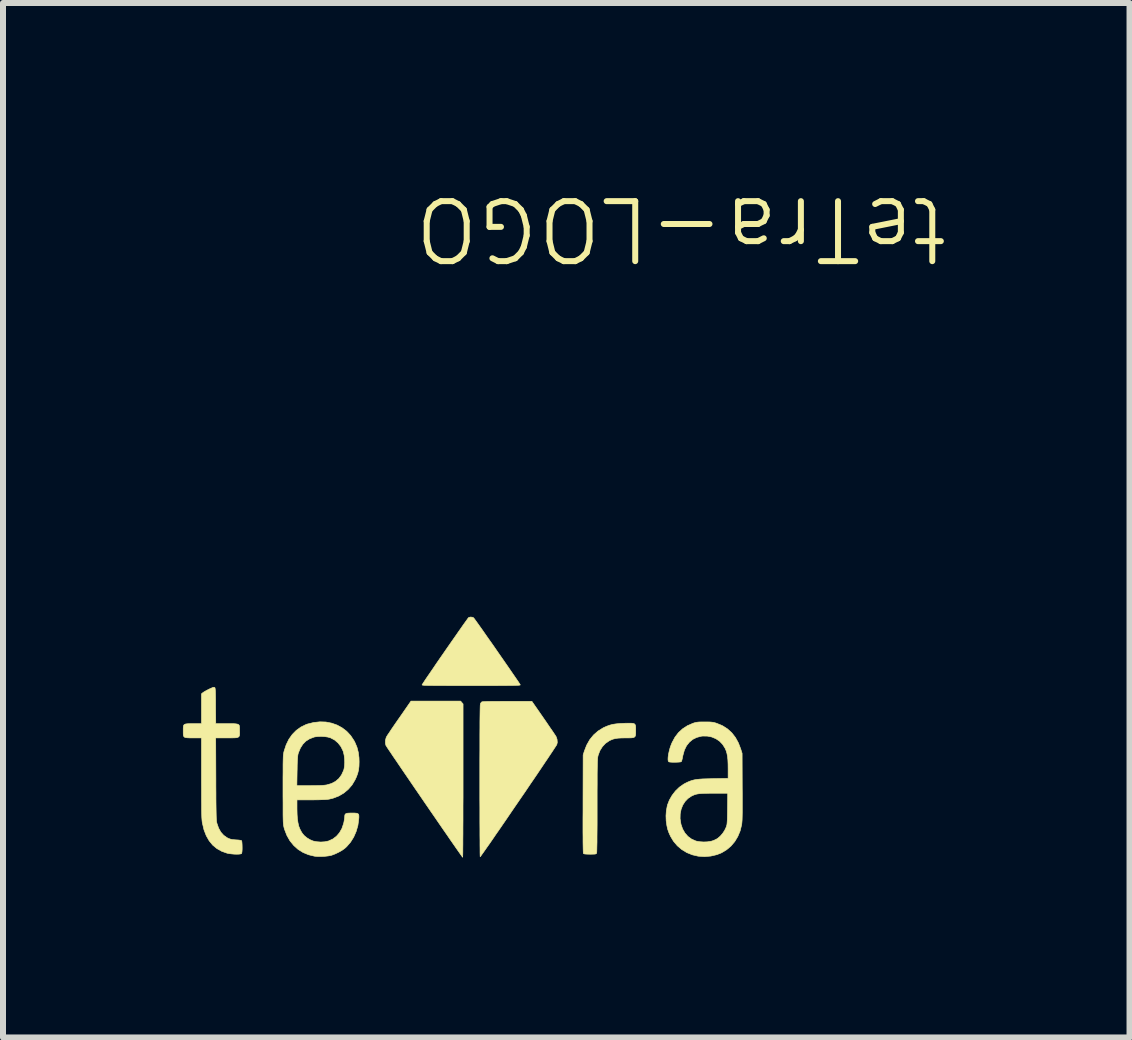
<source format=kicad_pcb>
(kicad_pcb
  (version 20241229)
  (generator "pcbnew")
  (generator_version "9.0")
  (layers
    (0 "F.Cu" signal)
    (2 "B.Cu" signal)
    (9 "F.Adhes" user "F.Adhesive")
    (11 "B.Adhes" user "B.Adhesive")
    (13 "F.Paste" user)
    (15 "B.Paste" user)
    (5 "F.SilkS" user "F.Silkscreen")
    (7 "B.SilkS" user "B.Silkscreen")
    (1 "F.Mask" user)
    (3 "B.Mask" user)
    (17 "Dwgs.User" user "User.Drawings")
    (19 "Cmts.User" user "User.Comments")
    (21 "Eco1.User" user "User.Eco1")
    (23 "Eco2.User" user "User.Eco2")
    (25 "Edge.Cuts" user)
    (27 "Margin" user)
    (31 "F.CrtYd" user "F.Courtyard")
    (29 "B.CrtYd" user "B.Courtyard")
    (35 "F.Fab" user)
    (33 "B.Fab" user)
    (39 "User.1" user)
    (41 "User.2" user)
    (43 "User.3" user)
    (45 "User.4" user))
  (footprint "teTra-LOGO"
    (layer "F.Cu")
    (at 4.802 9.261)
    (property "Reference" "teTra-LOGO" (at 3.5 -8.5 180) (unlocked yes) (layer "F.SilkS") (effects (font (size 1 1) (thickness 0.1))))
    (attr smd exclude_from_bom)
    (fp_poly (pts (xy -0.153 -0.599) (xy -0.132 -0.575) (xy -0.132 0.703) (xy -0.132 0.848) (xy -0.132 0.989) (xy -0.133 1.125) (xy -0.133 1.253) (xy -0.133 1.375) (xy -0.134 1.488) (xy -0.134 1.592) (xy -0.135 1.685) (xy -0.135 1.768) (xy -0.136 1.838) (xy -0.136 1.895) (xy -0.137 1.939) (xy -0.138 1.967) (xy -0.139 1.98) (xy -0.139 1.981) (xy -0.144 1.974) (xy -0.159 1.954) (xy -0.182 1.921) (xy -0.213 1.877) (xy -0.251 1.823) (xy -0.296 1.758) (xy -0.347 1.685) (xy -0.403 1.603) (xy -0.465 1.514) (xy -0.531 1.418) (xy -0.601 1.316) (xy -0.675 1.209) (xy -0.751 1.098) (xy -0.778 1.059) (xy -0.855 0.946) (xy -0.93 0.837) (xy -1.001 0.733) (xy -1.069 0.633) (xy -1.133 0.54) (xy -1.191 0.454) (xy -1.244 0.376) (xy -1.292 0.306) (xy -1.332 0.246) (xy -1.366 0.196) (xy -1.392 0.157) (xy -1.409 0.13) (xy -1.418 0.116) (xy -1.419 0.114) (xy -1.427 0.077) (xy -1.426 0.033) (xy -1.416 -0.008) (xy -1.411 -0.022) (xy -1.403 -0.036) (xy -1.386 -0.063) (xy -1.361 -0.099) (xy -1.331 -0.145) (xy -1.295 -0.198) (xy -1.255 -0.256) (xy -1.212 -0.318) (xy -1.197 -0.339) (xy -1 -0.623) (xy -0.173 -0.623) (xy -0.153 -0.599)) (stroke (width 0.01) (type solid)) (fill yes) (layer "F.SilkS"))
    (fp_poly (pts (xy 0.022 -2.021) (xy 0.043 -2.012) (xy 0.05 -2.003) (xy 0.066 -1.982) (xy 0.089 -1.95) (xy 0.12 -1.907) (xy 0.156 -1.856) (xy 0.198 -1.797) (xy 0.243 -1.732) (xy 0.292 -1.662) (xy 0.344 -1.589) (xy 0.397 -1.513) (xy 0.45 -1.436) (xy 0.503 -1.36) (xy 0.555 -1.285) (xy 0.605 -1.213) (xy 0.652 -1.145) (xy 0.695 -1.082) (xy 0.733 -1.027) (xy 0.766 -0.979) (xy 0.792 -0.941) (xy 0.81 -0.913) (xy 0.82 -0.897) (xy 0.821 -0.895) (xy 0.821 -0.892) (xy 0.818 -0.89) (xy 0.81 -0.889) (xy 0.798 -0.887) (xy 0.78 -0.886) (xy 0.755 -0.885) (xy 0.722 -0.884) (xy 0.681 -0.883) (xy 0.629 -0.883) (xy 0.567 -0.882) (xy 0.493 -0.882) (xy 0.407 -0.881) (xy 0.307 -0.881) (xy 0.192 -0.881) (xy 0.061 -0.881) (xy 0.003 -0.881) (xy -0.134 -0.881) (xy -0.254 -0.881) (xy -0.36 -0.881) (xy -0.452 -0.882) (xy -0.531 -0.882) (xy -0.598 -0.882) (xy -0.653 -0.883) (xy -0.699 -0.883) (xy -0.735 -0.884) (xy -0.763 -0.885) (xy -0.784 -0.886) (xy -0.799 -0.888) (xy -0.808 -0.889) (xy -0.813 -0.891) (xy -0.815 -0.893) (xy -0.815 -0.895) (xy -0.808 -0.906) (xy -0.793 -0.929) (xy -0.771 -0.963) (xy -0.741 -1.008) (xy -0.705 -1.06) (xy -0.664 -1.12) (xy -0.619 -1.186) (xy -0.571 -1.257) (xy -0.52 -1.331) (xy -0.467 -1.407) (xy -0.414 -1.484) (xy -0.361 -1.56) (xy -0.309 -1.635) (xy -0.259 -1.706) (xy -0.212 -1.774) (xy -0.169 -1.835) (xy -0.131 -1.89) (xy -0.098 -1.936) (xy -0.071 -1.973) (xy -0.052 -2) (xy -0.041 -2.014) (xy -0.039 -2.016) (xy -0.01 -2.024) (xy 0.022 -2.021)) (stroke (width 0.01) (type solid)) (fill yes) (layer "F.SilkS"))
    (fp_poly (pts (xy 1.21 -0.338) (xy 1.253 -0.276) (xy 1.293 -0.217) (xy 1.33 -0.163) (xy 1.362 -0.117) (xy 1.388 -0.078) (xy 1.407 -0.05) (xy 1.417 -0.033) (xy 1.419 -0.031) (xy 1.435 0.015) (xy 1.439 0.066) (xy 1.432 0.098) (xy 1.427 0.109) (xy 1.412 0.132) (xy 1.389 0.167) (xy 1.359 0.213) (xy 1.322 0.268) (xy 1.279 0.333) (xy 1.23 0.405) (xy 1.177 0.484) (xy 1.12 0.569) (xy 1.059 0.659) (xy 0.995 0.752) (xy 0.93 0.849) (xy 0.863 0.947) (xy 0.795 1.046) (xy 0.727 1.145) (xy 0.66 1.243) (xy 0.595 1.339) (xy 0.531 1.432) (xy 0.47 1.521) (xy 0.412 1.604) (xy 0.359 1.682) (xy 0.31 1.753) (xy 0.266 1.815) (xy 0.229 1.868) (xy 0.198 1.912) (xy 0.175 1.944) (xy 0.16 1.965) (xy 0.154 1.972) (xy 0.153 1.972) (xy 0.153 1.964) (xy 0.152 1.939) (xy 0.151 1.9) (xy 0.151 1.846) (xy 0.15 1.78) (xy 0.15 1.701) (xy 0.149 1.61) (xy 0.149 1.509) (xy 0.148 1.399) (xy 0.148 1.28) (xy 0.148 1.154) (xy 0.147 1.02) (xy 0.147 0.881) (xy 0.147 0.738) (xy 0.147 0.712) (xy 0.147 0.523) (xy 0.147 0.351) (xy 0.148 0.195) (xy 0.148 0.055) (xy 0.148 -0.07) (xy 0.149 -0.18) (xy 0.149 -0.276) (xy 0.15 -0.357) (xy 0.151 -0.425) (xy 0.152 -0.48) (xy 0.153 -0.522) (xy 0.154 -0.552) (xy 0.156 -0.57) (xy 0.156 -0.575) (xy 0.167 -0.596) (xy 0.181 -0.61) (xy 0.181 -0.61) (xy 0.193 -0.612) (xy 0.222 -0.614) (xy 0.264 -0.616) (xy 0.321 -0.617) (xy 0.391 -0.618) (xy 0.473 -0.618) (xy 0.565 -0.619) (xy 0.606 -0.619) (xy 1.015 -0.619) (xy 1.21 -0.338)) (stroke (width 0.01) (type solid)) (fill yes) (layer "F.SilkS"))
    (fp_poly (pts (xy 2.67 -0.254) (xy 2.702 -0.251) (xy 2.724 -0.244) (xy 2.737 -0.23) (xy 2.744 -0.21) (xy 2.746 -0.181) (xy 2.746 -0.142) (xy 2.746 -0.132) (xy 2.746 -0.09) (xy 2.744 -0.059) (xy 2.738 -0.037) (xy 2.726 -0.023) (xy 2.705 -0.014) (xy 2.674 -0.01) (xy 2.63 -0.009) (xy 2.579 -0.009) (xy 2.509 -0.008) (xy 2.452 -0.005) (xy 2.406 0.002) (xy 2.366 0.012) (xy 2.329 0.027) (xy 2.303 0.04) (xy 2.242 0.082) (xy 2.19 0.138) (xy 2.149 0.204) (xy 2.121 0.278) (xy 2.115 0.303) (xy 2.113 0.316) (xy 2.111 0.333) (xy 2.11 0.356) (xy 2.108 0.386) (xy 2.107 0.424) (xy 2.106 0.471) (xy 2.105 0.528) (xy 2.104 0.595) (xy 2.104 0.675) (xy 2.104 0.767) (xy 2.103 0.873) (xy 2.103 0.994) (xy 2.103 1.128) (xy 2.103 1.282) (xy 2.103 1.42) (xy 2.102 1.54) (xy 2.101 1.644) (xy 2.101 1.731) (xy 2.099 1.801) (xy 2.098 1.854) (xy 2.097 1.89) (xy 2.095 1.91) (xy 2.094 1.913) (xy 2.089 1.92) (xy 2.08 1.925) (xy 2.064 1.928) (xy 2.039 1.929) (xy 2.001 1.93) (xy 1.985 1.93) (xy 1.938 1.929) (xy 1.906 1.927) (xy 1.886 1.924) (xy 1.876 1.919) (xy 1.875 1.918) (xy 1.873 1.911) (xy 1.872 1.895) (xy 1.871 1.869) (xy 1.87 1.832) (xy 1.869 1.783) (xy 1.868 1.722) (xy 1.868 1.648) (xy 1.867 1.56) (xy 1.867 1.459) (xy 1.867 1.342) (xy 1.868 1.209) (xy 1.868 1.09) (xy 1.87 0.275) (xy 1.89 0.211) (xy 1.929 0.111) (xy 1.98 0.021) (xy 2.043 -0.057) (xy 2.118 -0.123) (xy 2.203 -0.176) (xy 2.217 -0.183) (xy 2.267 -0.205) (xy 2.315 -0.222) (xy 2.364 -0.235) (xy 2.419 -0.243) (xy 2.482 -0.249) (xy 2.558 -0.252) (xy 2.565 -0.253) (xy 2.625 -0.254) (xy 2.67 -0.254)) (stroke (width 0.01) (type solid)) (fill yes) (layer "F.SilkS"))
    (fp_poly (pts (xy -4.276 -0.851) (xy -4.274 -0.85) (xy -4.27 -0.847) (xy -4.267 -0.84) (xy -4.265 -0.829) (xy -4.263 -0.811) (xy -4.261 -0.785) (xy -4.26 -0.749) (xy -4.259 -0.702) (xy -4.258 -0.642) (xy -4.258 -0.567) (xy -4.258 -0.544) (xy -4.255 -0.246) (xy -4.07 -0.246) (xy -4.004 -0.246) (xy -3.954 -0.246) (xy -3.917 -0.243) (xy -3.89 -0.238) (xy -3.873 -0.23) (xy -3.863 -0.216) (xy -3.859 -0.196) (xy -3.858 -0.169) (xy -3.858 -0.134) (xy -3.858 -0.128) (xy -3.857 -0.091) (xy -3.858 -0.063) (xy -3.862 -0.042) (xy -3.871 -0.028) (xy -3.887 -0.018) (xy -3.912 -0.012) (xy -3.947 -0.01) (xy -3.996 -0.009) (xy -4.058 -0.009) (xy -4.07 -0.009) (xy -4.256 -0.009) (xy -4.253 0.675) (xy -4.253 0.799) (xy -4.252 0.909) (xy -4.252 1.003) (xy -4.251 1.084) (xy -4.25 1.153) (xy -4.249 1.211) (xy -4.248 1.259) (xy -4.247 1.298) (xy -4.246 1.33) (xy -4.244 1.355) (xy -4.243 1.374) (xy -4.241 1.39) (xy -4.238 1.403) (xy -4.236 1.413) (xy -4.208 1.494) (xy -4.171 1.561) (xy -4.124 1.614) (xy -4.068 1.654) (xy -4.046 1.665) (xy -4.016 1.677) (xy -3.983 1.685) (xy -3.943 1.689) (xy -3.918 1.691) (xy -3.881 1.693) (xy -3.851 1.697) (xy -3.831 1.701) (xy -3.826 1.703) (xy -3.821 1.715) (xy -3.818 1.74) (xy -3.816 1.773) (xy -3.815 1.811) (xy -3.815 1.848) (xy -3.817 1.882) (xy -3.821 1.907) (xy -3.825 1.92) (xy -3.84 1.925) (xy -3.868 1.929) (xy -3.904 1.93) (xy -3.946 1.929) (xy -3.99 1.925) (xy -4.031 1.92) (xy -4.066 1.913) (xy -4.066 1.913) (xy -4.156 1.881) (xy -4.236 1.836) (xy -4.306 1.778) (xy -4.365 1.706) (xy -4.413 1.622) (xy -4.451 1.524) (xy -4.477 1.414) (xy -4.48 1.402) (xy -4.482 1.385) (xy -4.484 1.365) (xy -4.486 1.341) (xy -4.488 1.311) (xy -4.489 1.274) (xy -4.49 1.229) (xy -4.491 1.175) (xy -4.491 1.11) (xy -4.492 1.034) (xy -4.492 0.944) (xy -4.492 0.841) (xy -4.493 0.723) (xy -4.493 0.659) (xy -4.493 -0.009) (xy -4.632 -0.009) (xy -4.689 -0.009) (xy -4.731 -0.011) (xy -4.76 -0.015) (xy -4.779 -0.023) (xy -4.791 -0.038) (xy -4.796 -0.06) (xy -4.797 -0.091) (xy -4.797 -0.128) (xy -4.797 -0.168) (xy -4.795 -0.198) (xy -4.79 -0.22) (xy -4.778 -0.233) (xy -4.758 -0.241) (xy -4.727 -0.245) (xy -4.683 -0.246) (xy -4.632 -0.246) (xy -4.493 -0.246) (xy -4.493 -0.744) (xy -4.469 -0.764) (xy -4.451 -0.776) (xy -4.422 -0.793) (xy -4.388 -0.811) (xy -4.367 -0.822) (xy -4.329 -0.839) (xy -4.303 -0.85) (xy -4.286 -0.853) (xy -4.276 -0.851)) (stroke (width 0.01) (type solid)) (fill yes) (layer "F.SilkS"))
    (fp_poly (pts (xy 3.898 -0.275) (xy 3.95 -0.275) (xy 3.989 -0.274) (xy 4.019 -0.271) (xy 4.045 -0.267) (xy 4.069 -0.261) (xy 4.097 -0.252) (xy 4.191 -0.213) (xy 4.275 -0.16) (xy 4.347 -0.095) (xy 4.408 -0.017) (xy 4.458 0.074) (xy 4.496 0.173) (xy 4.52 0.249) (xy 4.522 0.806) (xy 4.523 0.92) (xy 4.523 1.019) (xy 4.523 1.103) (xy 4.523 1.175) (xy 4.523 1.235) (xy 4.522 1.284) (xy 4.521 1.325) (xy 4.52 1.359) (xy 4.518 1.386) (xy 4.516 1.409) (xy 4.514 1.428) (xy 4.512 1.44) (xy 4.487 1.542) (xy 4.448 1.635) (xy 4.397 1.72) (xy 4.334 1.794) (xy 4.261 1.856) (xy 4.178 1.906) (xy 4.101 1.937) (xy 3.999 1.961) (xy 3.894 1.97) (xy 3.789 1.963) (xy 3.788 1.963) (xy 3.69 1.94) (xy 3.598 1.903) (xy 3.514 1.852) (xy 3.44 1.789) (xy 3.377 1.715) (xy 3.327 1.632) (xy 3.299 1.57) (xy 3.279 1.513) (xy 3.266 1.454) (xy 3.256 1.386) (xy 3.254 1.374) (xy 3.253 1.336) (xy 3.486 1.336) (xy 3.487 1.343) (xy 3.501 1.431) (xy 3.528 1.509) (xy 3.567 1.577) (xy 3.616 1.633) (xy 3.676 1.677) (xy 3.745 1.708) (xy 3.762 1.713) (xy 3.816 1.722) (xy 3.877 1.726) (xy 3.939 1.724) (xy 3.996 1.715) (xy 4.019 1.71) (xy 4.056 1.696) (xy 4.093 1.678) (xy 4.115 1.664) (xy 4.156 1.629) (xy 4.196 1.583) (xy 4.23 1.531) (xy 4.254 1.48) (xy 4.26 1.464) (xy 4.264 1.448) (xy 4.268 1.431) (xy 4.27 1.409) (xy 4.272 1.382) (xy 4.274 1.346) (xy 4.275 1.3) (xy 4.276 1.241) (xy 4.277 1.17) (xy 4.28 0.914) (xy 4.048 0.914) (xy 3.97 0.914) (xy 3.906 0.915) (xy 3.854 0.917) (xy 3.812 0.92) (xy 3.778 0.925) (xy 3.749 0.931) (xy 3.722 0.94) (xy 3.695 0.952) (xy 3.676 0.961) (xy 3.618 1) (xy 3.569 1.051) (xy 3.53 1.112) (xy 3.503 1.182) (xy 3.488 1.257) (xy 3.486 1.336) (xy 3.253 1.336) (xy 3.251 1.291) (xy 3.257 1.206) (xy 3.272 1.126) (xy 3.276 1.109) (xy 3.308 1.027) (xy 3.353 0.949) (xy 3.409 0.876) (xy 3.474 0.813) (xy 3.545 0.763) (xy 3.576 0.746) (xy 3.615 0.727) (xy 3.651 0.712) (xy 3.685 0.7) (xy 3.721 0.691) (xy 3.761 0.684) (xy 3.807 0.679) (xy 3.862 0.675) (xy 3.929 0.673) (xy 4.009 0.671) (xy 4.035 0.67) (xy 4.287 0.666) (xy 4.287 0.507) (xy 4.286 0.426) (xy 4.283 0.358) (xy 4.277 0.302) (xy 4.268 0.253) (xy 4.256 0.21) (xy 4.239 0.17) (xy 4.237 0.165) (xy 4.197 0.101) (xy 4.146 0.047) (xy 4.084 0.005) (xy 4.015 -0.024) (xy 3.941 -0.039) (xy 3.863 -0.04) (xy 3.839 -0.037) (xy 3.763 -0.017) (xy 3.696 0.016) (xy 3.64 0.063) (xy 3.593 0.122) (xy 3.558 0.194) (xy 3.534 0.279) (xy 3.53 0.299) (xy 3.523 0.334) (xy 3.516 0.363) (xy 3.509 0.382) (xy 3.507 0.386) (xy 3.495 0.391) (xy 3.47 0.394) (xy 3.437 0.396) (xy 3.4 0.397) (xy 3.363 0.397) (xy 3.33 0.395) (xy 3.306 0.392) (xy 3.297 0.389) (xy 3.288 0.374) (xy 3.285 0.347) (xy 3.287 0.309) (xy 3.293 0.264) (xy 3.304 0.214) (xy 3.317 0.163) (xy 3.334 0.114) (xy 3.352 0.07) (xy 3.401 -0.021) (xy 3.46 -0.098) (xy 3.529 -0.161) (xy 3.609 -0.213) (xy 3.699 -0.252) (xy 3.726 -0.261) (xy 3.75 -0.267) (xy 3.774 -0.271) (xy 3.802 -0.274) (xy 3.838 -0.275) (xy 3.886 -0.275) (xy 3.898 -0.275)) (stroke (width 0.01) (type solid)) (fill yes) (layer "F.SilkS"))
    (fp_poly (pts (xy -2.419 -0.274) (xy -2.323 -0.255) (xy -2.232 -0.223) (xy -2.148 -0.177) (xy -2.072 -0.119) (xy -2.006 -0.048) (xy -1.951 0.035) (xy -1.936 0.063) (xy -1.901 0.145) (xy -1.879 0.23) (xy -1.867 0.322) (xy -1.865 0.389) (xy -1.867 0.462) (xy -1.874 0.524) (xy -1.888 0.581) (xy -1.909 0.639) (xy -1.933 0.691) (xy -1.983 0.775) (xy -2.046 0.848) (xy -2.12 0.91) (xy -2.205 0.96) (xy -2.299 0.996) (xy -2.365 1.012) (xy -2.393 1.016) (xy -2.431 1.019) (xy -2.48 1.021) (xy -2.542 1.023) (xy -2.617 1.024) (xy -2.665 1.024) (xy -2.901 1.024) (xy -2.901 1.174) (xy -2.899 1.265) (xy -2.894 1.341) (xy -2.884 1.406) (xy -2.871 1.463) (xy -2.851 1.513) (xy -2.826 1.56) (xy -2.809 1.586) (xy -2.778 1.622) (xy -2.735 1.657) (xy -2.686 1.687) (xy -2.637 1.708) (xy -2.632 1.71) (xy -2.572 1.722) (xy -2.505 1.727) (xy -2.439 1.723) (xy -2.381 1.711) (xy -2.374 1.709) (xy -2.304 1.677) (xy -2.243 1.631) (xy -2.192 1.572) (xy -2.152 1.502) (xy -2.124 1.42) (xy -2.118 1.395) (xy -2.112 1.359) (xy -2.107 1.326) (xy -2.105 1.302) (xy -2.105 1.3) (xy -2.103 1.278) (xy -2.096 1.262) (xy -2.081 1.252) (xy -2.056 1.246) (xy -2.018 1.244) (xy -1.987 1.244) (xy -1.939 1.244) (xy -1.906 1.247) (xy -1.885 1.254) (xy -1.873 1.267) (xy -1.869 1.288) (xy -1.869 1.319) (xy -1.871 1.342) (xy -1.885 1.449) (xy -1.914 1.55) (xy -1.955 1.644) (xy -2.008 1.729) (xy -2.071 1.802) (xy -2.106 1.834) (xy -2.151 1.866) (xy -2.206 1.897) (xy -2.265 1.925) (xy -2.32 1.946) (xy -2.338 1.951) (xy -2.382 1.959) (xy -2.436 1.965) (xy -2.495 1.968) (xy -2.552 1.968) (xy -2.6 1.964) (xy -2.609 1.963) (xy -2.708 1.939) (xy -2.8 1.901) (xy -2.883 1.849) (xy -2.955 1.784) (xy -3.018 1.707) (xy -3.069 1.617) (xy -3.108 1.517) (xy -3.115 1.494) (xy -3.118 1.48) (xy -3.121 1.467) (xy -3.124 1.453) (xy -3.126 1.437) (xy -3.128 1.417) (xy -3.13 1.392) (xy -3.131 1.361) (xy -3.132 1.323) (xy -3.133 1.276) (xy -3.133 1.218) (xy -3.133 1.149) (xy -3.133 1.067) (xy -3.134 0.971) (xy -3.134 0.86) (xy -3.134 0.854) (xy -3.134 0.787) (xy -2.903 0.787) (xy -2.687 0.787) (xy -2.603 0.786) (xy -2.535 0.785) (xy -2.481 0.783) (xy -2.438 0.779) (xy -2.407 0.775) (xy -2.328 0.752) (xy -2.26 0.717) (xy -2.203 0.669) (xy -2.158 0.608) (xy -2.125 0.536) (xy -2.117 0.512) (xy -2.109 0.464) (xy -2.105 0.406) (xy -2.107 0.344) (xy -2.114 0.283) (xy -2.126 0.229) (xy -2.132 0.21) (xy -2.167 0.138) (xy -2.215 0.076) (xy -2.273 0.026) (xy -2.341 -0.01) (xy -2.344 -0.011) (xy -2.387 -0.023) (xy -2.441 -0.031) (xy -2.498 -0.034) (xy -2.555 -0.032) (xy -2.603 -0.026) (xy -2.618 -0.022) (xy -2.691 0.006) (xy -2.753 0.045) (xy -2.803 0.096) (xy -2.844 0.16) (xy -2.876 0.237) (xy -2.882 0.256) (xy -2.886 0.275) (xy -2.889 0.302) (xy -2.892 0.338) (xy -2.895 0.385) (xy -2.897 0.444) (xy -2.898 0.519) (xy -2.899 0.543) (xy -2.903 0.787) (xy -3.134 0.787) (xy -3.134 0.742) (xy -3.134 0.645) (xy -3.133 0.563) (xy -3.133 0.493) (xy -3.133 0.435) (xy -3.132 0.387) (xy -3.131 0.348) (xy -3.13 0.316) (xy -3.129 0.291) (xy -3.127 0.27) (xy -3.124 0.253) (xy -3.122 0.238) (xy -3.119 0.224) (xy -3.115 0.209) (xy -3.115 0.209) (xy -3.081 0.106) (xy -3.036 0.014) (xy -2.979 -0.067) (xy -2.912 -0.135) (xy -2.835 -0.19) (xy -2.749 -0.232) (xy -2.726 -0.24) (xy -2.622 -0.266) (xy -2.519 -0.277) (xy -2.419 -0.274)) (stroke (width 0.01) (type solid)) (fill yes) (layer "F.SilkS")))
  (gr_rect
    (start -3 -3)
    (end 15.781 14.246)
    (stroke (width 0.1) (type default))
    (fill no)
    (layer "Edge.Cuts")))
</source>
